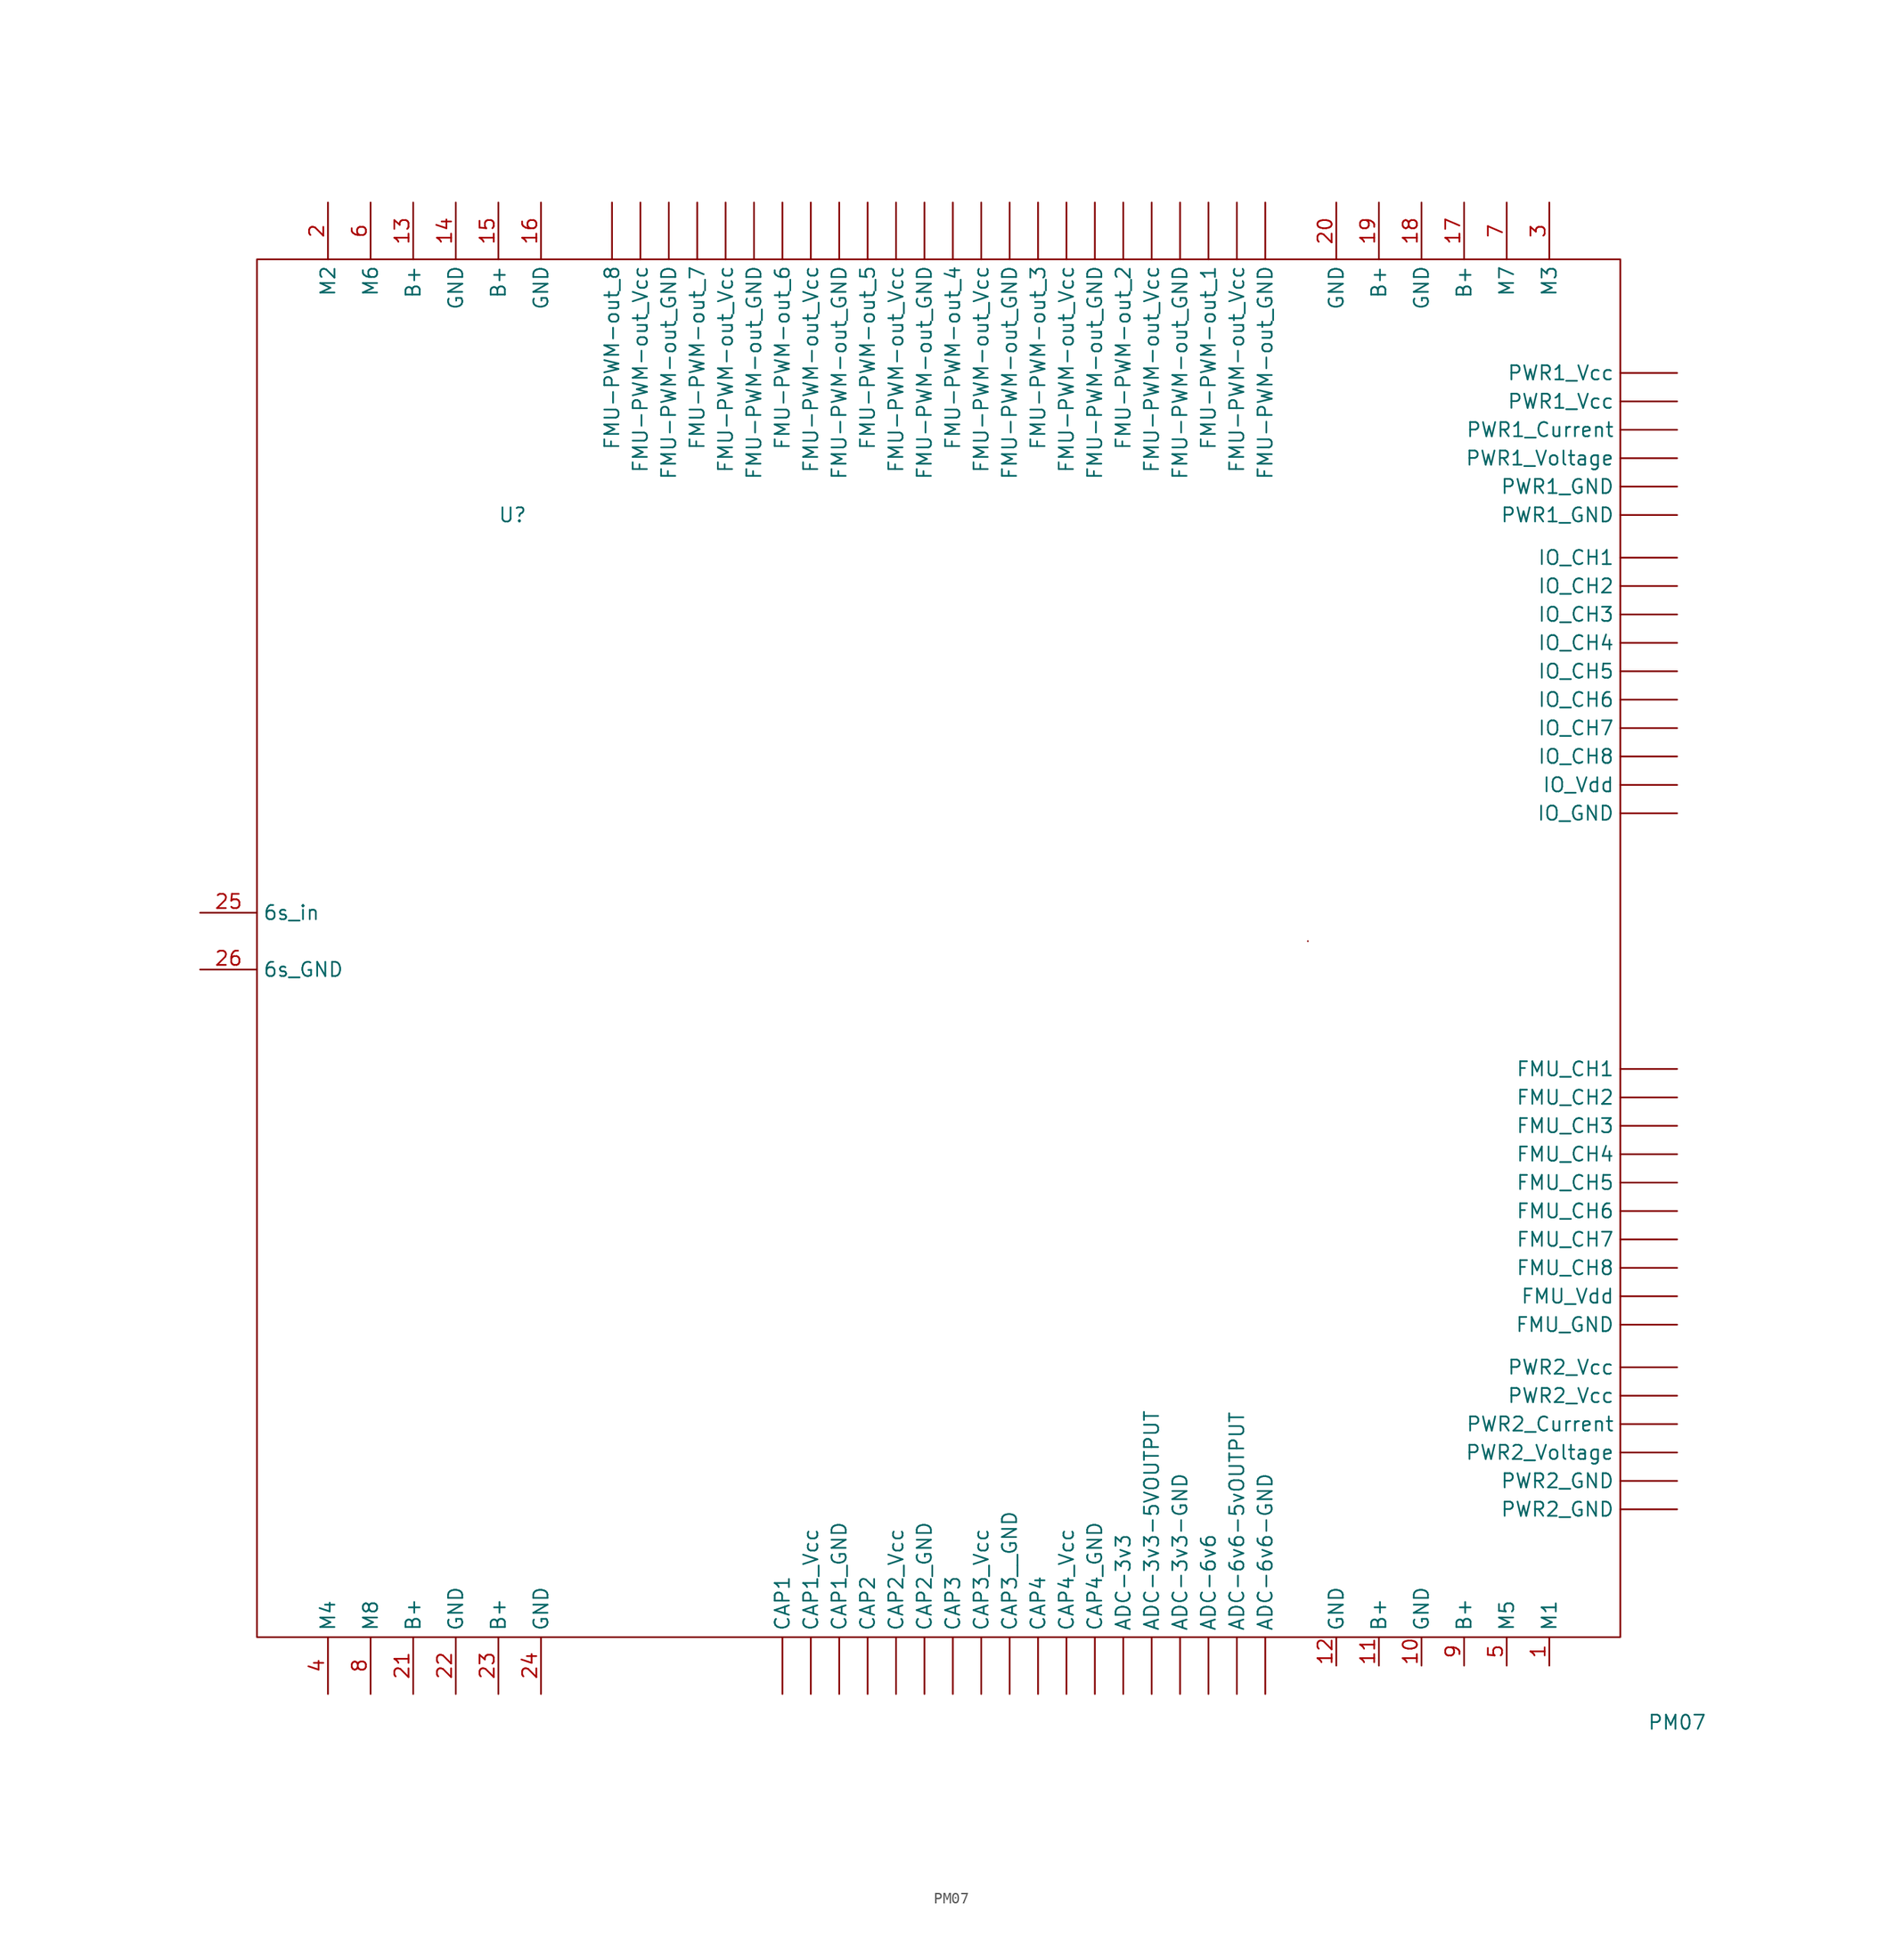
<source format=kicad_sym>
(kicad_symbol_lib
  (version 20211014)
  (generator kicad_symbol_editor)
  (symbol "PM07"
    (property "Reference" "U"
      (at -38.1 38.1 0)
      (effects (font (size 1.27 1.27))))
    (property "Value" "PM07"
      (at 66.04 -69.85 0)
      (effects (font (size 1.27 1.27))))
    (symbol "PM07_0_1"
      (rectangle (start -60.96 60.96) (end 60.96 -62.23) (stroke (width 0) (type default) (color 0 0 0 0)) (fill (type none)))
      (rectangle (start 33.02 0) (end 33.02 0) (stroke (width 0) (type default) (color 0 0 0 0)) (fill (type none))))
    (symbol "PM07_1_1"
      (pin input line (at 16.51 -67.31 90) (length 5.08) (name "ADC-3v3" (effects (font (size 1.27 1.27)))) (number "" (effects (font (size 1.27 1.27)))))
      (pin output line (at 19.05 -67.31 90) (length 5.08) (name "ADC-3v3-5VOUTPUT" (effects (font (size 1.27 1.27)))) (number "" (effects (font (size 1.27 1.27)))))
      (pin input line (at 21.59 -67.31 90) (length 5.08) (name "ADC-3v3-GND" (effects (font (size 1.27 1.27)))) (number "" (effects (font (size 1.27 1.27)))))
      (pin input line (at 24.13 -67.31 90) (length 5.08) (name "ADC-6v6" (effects (font (size 1.27 1.27)))) (number "" (effects (font (size 1.27 1.27)))))
      (pin output line (at 26.67 -67.31 90) (length 5.08) (name "ADC-6v6-5vOUTPUT" (effects (font (size 1.27 1.27)))) (number "" (effects (font (size 1.27 1.27)))))
      (pin input line (at 29.21 -67.31 90) (length 5.08) (name "ADC-6v6-GND" (effects (font (size 1.27 1.27)))) (number "" (effects (font (size 1.27 1.27)))))
      (pin input line (at -13.97 -67.31 90) (length 5.08) (name "CAP1" (effects (font (size 1.27 1.27)))) (number "" (effects (font (size 1.27 1.27)))))
      (pin input line (at -8.89 -67.31 90) (length 5.08) (name "CAP1_GND" (effects (font (size 1.27 1.27)))) (number "" (effects (font (size 1.27 1.27)))))
      (pin input line (at -11.43 -67.31 90) (length 5.08) (name "CAP1_Vcc" (effects (font (size 1.27 1.27)))) (number "" (effects (font (size 1.27 1.27)))))
      (pin input line (at -6.35 -67.31 90) (length 5.08) (name "CAP2" (effects (font (size 1.27 1.27)))) (number "" (effects (font (size 1.27 1.27)))))
      (pin input line (at -1.27 -67.31 90) (length 5.08) (name "CAP2_GND" (effects (font (size 1.27 1.27)))) (number "" (effects (font (size 1.27 1.27)))))
      (pin input line (at -3.81 -67.31 90) (length 5.08) (name "CAP2_Vcc" (effects (font (size 1.27 1.27)))) (number "" (effects (font (size 1.27 1.27)))))
      (pin input line (at 1.27 -67.31 90) (length 5.08) (name "CAP3" (effects (font (size 1.27 1.27)))) (number "" (effects (font (size 1.27 1.27)))))
      (pin input line (at 6.35 -67.31 90) (length 5.08) (name "CAP3__GND" (effects (font (size 1.27 1.27)))) (number "" (effects (font (size 1.27 1.27)))))
      (pin input line (at 3.81 -67.31 90) (length 5.08) (name "CAP3_Vcc" (effects (font (size 1.27 1.27)))) (number "" (effects (font (size 1.27 1.27)))))
      (pin input line (at 8.89 -67.31 90) (length 5.08) (name "CAP4" (effects (font (size 1.27 1.27)))) (number "" (effects (font (size 1.27 1.27)))))
      (pin input line (at 13.97 -67.31 90) (length 5.08) (name "CAP4_GND" (effects (font (size 1.27 1.27)))) (number "" (effects (font (size 1.27 1.27)))))
      (pin input line (at 11.43 -67.31 90) (length 5.08) (name "CAP4_Vcc" (effects (font (size 1.27 1.27)))) (number "" (effects (font (size 1.27 1.27)))))
      (pin input line (at 24.13 66.04 270) (length 5.08) (name "FMU-PWM-out_1" (effects (font (size 1.27 1.27)))) (number "" (effects (font (size 1.27 1.27)))))
      (pin input line (at 16.51 66.04 270) (length 5.08) (name "FMU-PWM-out_2" (effects (font (size 1.27 1.27)))) (number "" (effects (font (size 1.27 1.27)))))
      (pin input line (at 8.89 66.04 270) (length 5.08) (name "FMU-PWM-out_3" (effects (font (size 1.27 1.27)))) (number "" (effects (font (size 1.27 1.27)))))
      (pin input line (at 1.27 66.04 270) (length 5.08) (name "FMU-PWM-out_4" (effects (font (size 1.27 1.27)))) (number "" (effects (font (size 1.27 1.27)))))
      (pin input line (at -6.35 66.04 270) (length 5.08) (name "FMU-PWM-out_5" (effects (font (size 1.27 1.27)))) (number "" (effects (font (size 1.27 1.27)))))
      (pin input line (at -13.97 66.04 270) (length 5.08) (name "FMU-PWM-out_6" (effects (font (size 1.27 1.27)))) (number "" (effects (font (size 1.27 1.27)))))
      (pin input line (at -21.59 66.04 270) (length 5.08) (name "FMU-PWM-out_7" (effects (font (size 1.27 1.27)))) (number "" (effects (font (size 1.27 1.27)))))
      (pin input line (at -29.21 66.04 270) (length 5.08) (name "FMU-PWM-out_8" (effects (font (size 1.27 1.27)))) (number "" (effects (font (size 1.27 1.27)))))
      (pin input line (at -24.13 66.04 270) (length 5.08) (name "FMU-PWM-out_GND" (effects (font (size 1.27 1.27)))) (number "" (effects (font (size 1.27 1.27)))))
      (pin input line (at -16.51 66.04 270) (length 5.08) (name "FMU-PWM-out_GND" (effects (font (size 1.27 1.27)))) (number "" (effects (font (size 1.27 1.27)))))
      (pin input line (at -8.89 66.04 270) (length 5.08) (name "FMU-PWM-out_GND" (effects (font (size 1.27 1.27)))) (number "" (effects (font (size 1.27 1.27)))))
      (pin input line (at -1.27 66.04 270) (length 5.08) (name "FMU-PWM-out_GND" (effects (font (size 1.27 1.27)))) (number "" (effects (font (size 1.27 1.27)))))
      (pin input line (at 6.35 66.04 270) (length 5.08) (name "FMU-PWM-out_GND" (effects (font (size 1.27 1.27)))) (number "" (effects (font (size 1.27 1.27)))))
      (pin input line (at 13.97 66.04 270) (length 5.08) (name "FMU-PWM-out_GND" (effects (font (size 1.27 1.27)))) (number "" (effects (font (size 1.27 1.27)))))
      (pin input line (at 21.59 66.04 270) (length 5.08) (name "FMU-PWM-out_GND" (effects (font (size 1.27 1.27)))) (number "" (effects (font (size 1.27 1.27)))))
      (pin input line (at 29.21 66.04 270) (length 5.08) (name "FMU-PWM-out_GND" (effects (font (size 1.27 1.27)))) (number "" (effects (font (size 1.27 1.27)))))
      (pin input line (at -26.67 66.04 270) (length 5.08) (name "FMU-PWM-out_Vcc" (effects (font (size 1.27 1.27)))) (number "" (effects (font (size 1.27 1.27)))))
      (pin input line (at -19.05 66.04 270) (length 5.08) (name "FMU-PWM-out_Vcc" (effects (font (size 1.27 1.27)))) (number "" (effects (font (size 1.27 1.27)))))
      (pin input line (at -11.43 66.04 270) (length 5.08) (name "FMU-PWM-out_Vcc" (effects (font (size 1.27 1.27)))) (number "" (effects (font (size 1.27 1.27)))))
      (pin input line (at -3.81 66.04 270) (length 5.08) (name "FMU-PWM-out_Vcc" (effects (font (size 1.27 1.27)))) (number "" (effects (font (size 1.27 1.27)))))
      (pin input line (at 3.81 66.04 270) (length 5.08) (name "FMU-PWM-out_Vcc" (effects (font (size 1.27 1.27)))) (number "" (effects (font (size 1.27 1.27)))))
      (pin input line (at 11.43 66.04 270) (length 5.08) (name "FMU-PWM-out_Vcc" (effects (font (size 1.27 1.27)))) (number "" (effects (font (size 1.27 1.27)))))
      (pin input line (at 19.05 66.04 270) (length 5.08) (name "FMU-PWM-out_Vcc" (effects (font (size 1.27 1.27)))) (number "" (effects (font (size 1.27 1.27)))))
      (pin input line (at 26.67 66.04 270) (length 5.08) (name "FMU-PWM-out_Vcc" (effects (font (size 1.27 1.27)))) (number "" (effects (font (size 1.27 1.27)))))
      (pin input line (at 66.04 -11.43 180) (length 5.08) (name "FMU_CH1" (effects (font (size 1.27 1.27)))) (number "" (effects (font (size 1.27 1.27)))))
      (pin input line (at 66.04 -13.97 180) (length 5.08) (name "FMU_CH2" (effects (font (size 1.27 1.27)))) (number "" (effects (font (size 1.27 1.27)))))
      (pin input line (at 66.04 -16.51 180) (length 5.08) (name "FMU_CH3" (effects (font (size 1.27 1.27)))) (number "" (effects (font (size 1.27 1.27)))))
      (pin input line (at 66.04 -19.05 180) (length 5.08) (name "FMU_CH4" (effects (font (size 1.27 1.27)))) (number "" (effects (font (size 1.27 1.27)))))
      (pin input line (at 66.04 -21.59 180) (length 5.08) (name "FMU_CH5" (effects (font (size 1.27 1.27)))) (number "" (effects (font (size 1.27 1.27)))))
      (pin input line (at 66.04 -24.13 180) (length 5.08) (name "FMU_CH6" (effects (font (size 1.27 1.27)))) (number "" (effects (font (size 1.27 1.27)))))
      (pin input line (at 66.04 -26.67 180) (length 5.08) (name "FMU_CH7" (effects (font (size 1.27 1.27)))) (number "" (effects (font (size 1.27 1.27)))))
      (pin input line (at 66.04 -29.21 180) (length 5.08) (name "FMU_CH8" (effects (font (size 1.27 1.27)))) (number "" (effects (font (size 1.27 1.27)))))
      (pin input line (at 66.04 -34.29 180) (length 5.08) (name "FMU_GND" (effects (font (size 1.27 1.27)))) (number "" (effects (font (size 1.27 1.27)))))
      (pin input line (at 66.04 -31.75 180) (length 5.08) (name "FMU_Vdd" (effects (font (size 1.27 1.27)))) (number "" (effects (font (size 1.27 1.27)))))
      (pin input line (at 66.04 34.29 180) (length 5.08) (name "IO_CH1" (effects (font (size 1.27 1.27)))) (number "" (effects (font (size 1.27 1.27)))))
      (pin input line (at 66.04 31.75 180) (length 5.08) (name "IO_CH2" (effects (font (size 1.27 1.27)))) (number "" (effects (font (size 1.27 1.27)))))
      (pin input line (at 66.04 29.21 180) (length 5.08) (name "IO_CH3" (effects (font (size 1.27 1.27)))) (number "" (effects (font (size 1.27 1.27)))))
      (pin input line (at 66.04 26.67 180) (length 5.08) (name "IO_CH4" (effects (font (size 1.27 1.27)))) (number "" (effects (font (size 1.27 1.27)))))
      (pin input line (at 66.04 24.13 180) (length 5.08) (name "IO_CH5" (effects (font (size 1.27 1.27)))) (number "" (effects (font (size 1.27 1.27)))))
      (pin input line (at 66.04 21.59 180) (length 5.08) (name "IO_CH6" (effects (font (size 1.27 1.27)))) (number "" (effects (font (size 1.27 1.27)))))
      (pin input line (at 66.04 19.05 180) (length 5.08) (name "IO_CH7" (effects (font (size 1.27 1.27)))) (number "" (effects (font (size 1.27 1.27)))))
      (pin input line (at 66.04 16.51 180) (length 5.08) (name "IO_CH8" (effects (font (size 1.27 1.27)))) (number "" (effects (font (size 1.27 1.27)))))
      (pin input line (at 66.04 11.43 180) (length 5.08) (name "IO_GND" (effects (font (size 1.27 1.27)))) (number "" (effects (font (size 1.27 1.27)))))
      (pin input line (at 66.04 13.97 180) (length 5.08) (name "IO_Vdd" (effects (font (size 1.27 1.27)))) (number "" (effects (font (size 1.27 1.27)))))
      (pin output line (at 66.04 45.72 180) (length 5.08) (name "PWR1_Current" (effects (font (size 1.27 1.27)))) (number "" (effects (font (size 1.27 1.27)))))
      (pin output line (at 66.04 38.1 180) (length 5.08) (name "PWR1_GND" (effects (font (size 1.27 1.27)))) (number "" (effects (font (size 1.27 1.27)))))
      (pin output line (at 66.04 40.64 180) (length 5.08) (name "PWR1_GND" (effects (font (size 1.27 1.27)))) (number "" (effects (font (size 1.27 1.27)))))
      (pin output line (at 66.04 48.26 180) (length 5.08) (name "PWR1_Vcc" (effects (font (size 1.27 1.27)))) (number "" (effects (font (size 1.27 1.27)))))
      (pin output line (at 66.04 50.8 180) (length 5.08) (name "PWR1_Vcc" (effects (font (size 1.27 1.27)))) (number "" (effects (font (size 1.27 1.27)))))
      (pin output line (at 66.04 43.18 180) (length 5.08) (name "PWR1_Voltage" (effects (font (size 1.27 1.27)))) (number "" (effects (font (size 1.27 1.27)))))
      (pin output line (at 66.04 -43.18 180) (length 5.08) (name "PWR2_Current" (effects (font (size 1.27 1.27)))) (number "" (effects (font (size 1.27 1.27)))))
      (pin output line (at 66.04 -50.8 180) (length 5.08) (name "PWR2_GND" (effects (font (size 1.27 1.27)))) (number "" (effects (font (size 1.27 1.27)))))
      (pin output line (at 66.04 -48.26 180) (length 5.08) (name "PWR2_GND" (effects (font (size 1.27 1.27)))) (number "" (effects (font (size 1.27 1.27)))))
      (pin output line (at 66.04 -40.64 180) (length 5.08) (name "PWR2_Vcc" (effects (font (size 1.27 1.27)))) (number "" (effects (font (size 1.27 1.27)))))
      (pin output line (at 66.04 -38.1 180) (length 5.08) (name "PWR2_Vcc" (effects (font (size 1.27 1.27)))) (number "" (effects (font (size 1.27 1.27)))))
      (pin output line (at 66.04 -45.72 180) (length 5.08) (name "PWR2_Voltage" (effects (font (size 1.27 1.27)))) (number "" (effects (font (size 1.27 1.27)))))
      (pin output line (at 54.61 -64.77 90) (length 2.54) (name "M1" (effects (font (size 1.27 1.27)))) (number "1" (effects (font (size 1.27 1.27)))))
      (pin input line (at 43.18 -64.77 90) (length 2.54) (name "GND" (effects (font (size 1.27 1.27)))) (number "10" (effects (font (size 1.27 1.27)))))
      (pin input line (at 39.37 -64.77 90) (length 2.54) (name "B+" (effects (font (size 1.27 1.27)))) (number "11" (effects (font (size 1.27 1.27)))))
      (pin input line (at 35.56 -64.77 90) (length 2.54) (name "GND" (effects (font (size 1.27 1.27)))) (number "12" (effects (font (size 1.27 1.27)))))
      (pin input line (at -46.99 66.04 270) (length 5.08) (name "B+" (effects (font (size 1.27 1.27)))) (number "13" (effects (font (size 1.27 1.27)))))
      (pin input line (at -43.18 66.04 270) (length 5.08) (name "GND" (effects (font (size 1.27 1.27)))) (number "14" (effects (font (size 1.27 1.27)))))
      (pin input line (at -39.37 66.04 270) (length 5.08) (name "B+" (effects (font (size 1.27 1.27)))) (number "15" (effects (font (size 1.27 1.27)))))
      (pin input line (at -35.56 66.04 270) (length 5.08) (name "GND" (effects (font (size 1.27 1.27)))) (number "16" (effects (font (size 1.27 1.27)))))
      (pin input line (at 46.99 66.04 270) (length 5.08) (name "B+" (effects (font (size 1.27 1.27)))) (number "17" (effects (font (size 1.27 1.27)))))
      (pin input line (at 43.18 66.04 270) (length 5.08) (name "GND" (effects (font (size 1.27 1.27)))) (number "18" (effects (font (size 1.27 1.27)))))
      (pin input line (at 39.37 66.04 270) (length 5.08) (name "B+" (effects (font (size 1.27 1.27)))) (number "19" (effects (font (size 1.27 1.27)))))
      (pin output line (at -54.61 66.04 270) (length 5.08) (name "M2" (effects (font (size 1.27 1.27)))) (number "2" (effects (font (size 1.27 1.27)))))
      (pin input line (at 35.56 66.04 270) (length 5.08) (name "GND" (effects (font (size 1.27 1.27)))) (number "20" (effects (font (size 1.27 1.27)))))
      (pin input line (at -46.99 -67.31 90) (length 5.08) (name "B+" (effects (font (size 1.27 1.27)))) (number "21" (effects (font (size 1.27 1.27)))))
      (pin input line (at -43.18 -67.31 90) (length 5.08) (name "GND" (effects (font (size 1.27 1.27)))) (number "22" (effects (font (size 1.27 1.27)))))
      (pin input line (at -39.37 -67.31 90) (length 5.08) (name "B+" (effects (font (size 1.27 1.27)))) (number "23" (effects (font (size 1.27 1.27)))))
      (pin input line (at -35.56 -67.31 90) (length 5.08) (name "GND" (effects (font (size 1.27 1.27)))) (number "24" (effects (font (size 1.27 1.27)))))
      (pin input line (at -66.04 2.54 0) (length 5.08) (name "6s_in" (effects (font (size 1.27 1.27)))) (number "25" (effects (font (size 1.27 1.27)))))
      (pin input line (at -66.04 -2.54 0) (length 5.08) (name "6s_GND" (effects (font (size 1.27 1.27)))) (number "26" (effects (font (size 1.27 1.27)))))
      (pin output line (at 54.61 66.04 270) (length 5.08) (name "M3" (effects (font (size 1.27 1.27)))) (number "3" (effects (font (size 1.27 1.27)))))
      (pin output line (at -54.61 -67.31 90) (length 5.08) (name "M4" (effects (font (size 1.27 1.27)))) (number "4" (effects (font (size 1.27 1.27)))))
      (pin output line (at 50.8 -64.77 90) (length 2.54) (name "M5" (effects (font (size 1.27 1.27)))) (number "5" (effects (font (size 1.27 1.27)))))
      (pin output line (at -50.8 66.04 270) (length 5.08) (name "M6" (effects (font (size 1.27 1.27)))) (number "6" (effects (font (size 1.27 1.27)))))
      (pin output line (at 50.8 66.04 270) (length 5.08) (name "M7" (effects (font (size 1.27 1.27)))) (number "7" (effects (font (size 1.27 1.27)))))
      (pin output line (at -50.8 -67.31 90) (length 5.08) (name "M8" (effects (font (size 1.27 1.27)))) (number "8" (effects (font (size 1.27 1.27)))))
      (pin input line (at 46.99 -64.77 90) (length 2.54) (name "B+" (effects (font (size 1.27 1.27)))) (number "9" (effects (font (size 1.27 1.27))))))))
</source>
